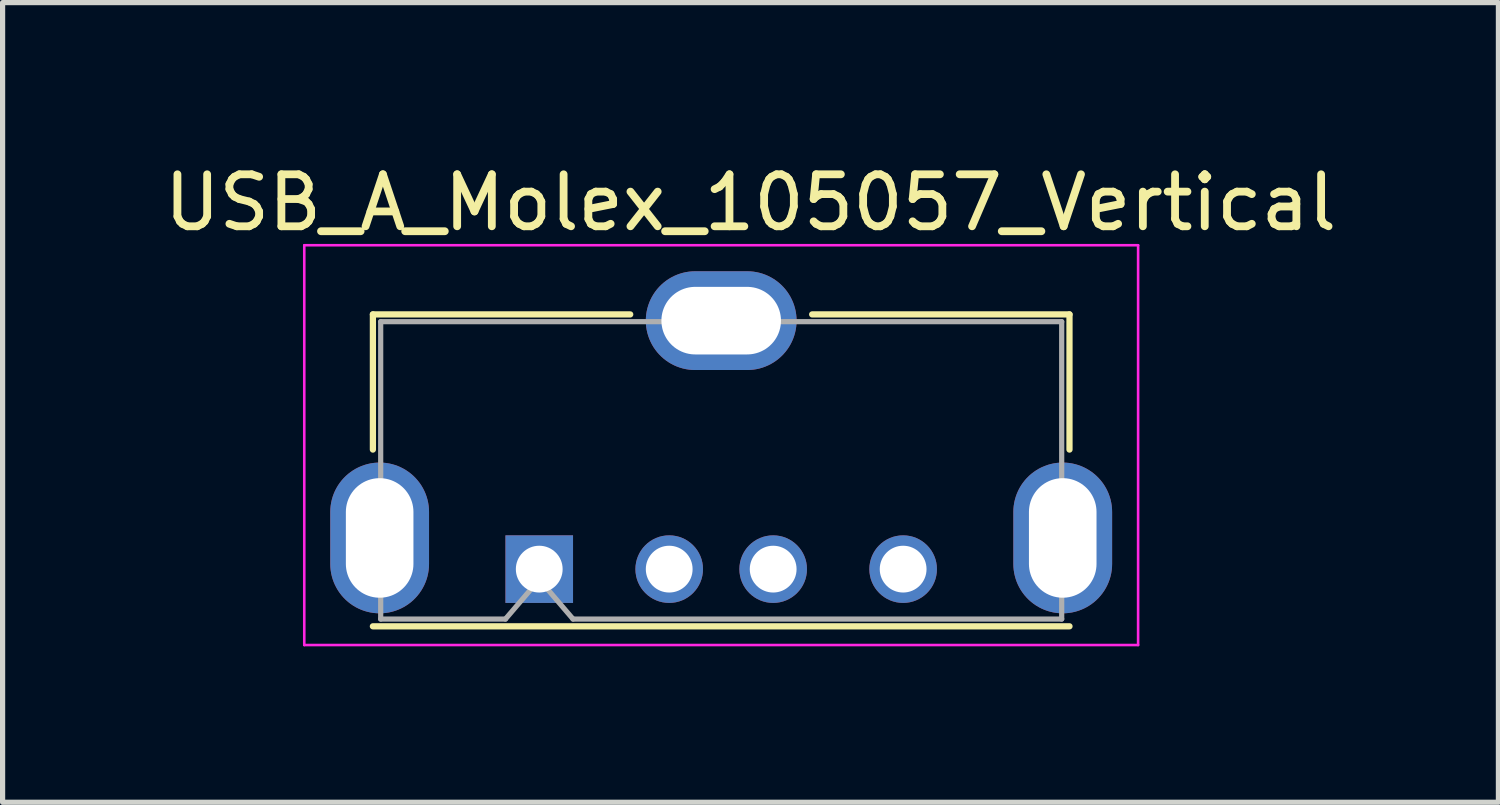
<source format=kicad_pcb>
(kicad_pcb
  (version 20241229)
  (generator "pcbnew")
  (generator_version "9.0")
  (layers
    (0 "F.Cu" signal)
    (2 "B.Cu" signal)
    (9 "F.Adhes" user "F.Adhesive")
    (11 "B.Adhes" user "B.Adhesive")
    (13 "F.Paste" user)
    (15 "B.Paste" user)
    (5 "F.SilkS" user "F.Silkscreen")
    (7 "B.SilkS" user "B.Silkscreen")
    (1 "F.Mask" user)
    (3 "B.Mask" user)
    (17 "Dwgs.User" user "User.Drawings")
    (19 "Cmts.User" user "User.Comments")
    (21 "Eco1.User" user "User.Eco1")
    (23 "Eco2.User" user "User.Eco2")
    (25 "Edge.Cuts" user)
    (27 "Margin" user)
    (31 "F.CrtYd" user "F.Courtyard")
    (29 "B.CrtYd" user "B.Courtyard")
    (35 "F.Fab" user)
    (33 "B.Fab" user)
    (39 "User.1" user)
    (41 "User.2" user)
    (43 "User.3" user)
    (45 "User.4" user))
  (footprint "USB_A_Molex_105057_Vertical"
    (layer "F.Cu")
    (at 10.879 6.12)
    (property "Reference" "USB_A_Molex_105057_Vertical" (at 0.508 -5.272 0) (layer "F.SilkS") (effects (font (size 1 1) (thickness 0.15))))
    (attr through_hole)
    (fp_line (start -6.756 -3.122) (end -6.756 -0.522) (stroke (width 0.12) (type solid)) (layer "F.SilkS"))
    (fp_line (start -6.756 -3.122) (end -1.806 -3.122) (stroke (width 0.12) (type solid)) (layer "F.SilkS"))
    (fp_line (start 6.644 -3.122) (end 1.694 -3.122) (stroke (width 0.12) (type solid)) (layer "F.SilkS"))
    (fp_line (start 6.644 -3.122) (end 6.644 -0.522) (stroke (width 0.12) (type solid)) (layer "F.SilkS"))
    (fp_line (start 6.644 2.878) (end -6.756 2.878) (stroke (width 0.12) (type solid)) (layer "F.SilkS"))
    (fp_line (start -8.076 -4.452) (end 7.964 -4.452) (stroke (width 0.05) (type solid)) (layer "F.CrtYd"))
    (fp_line (start -8.076 3.238) (end -8.076 -4.452) (stroke (width 0.05) (type solid)) (layer "F.CrtYd"))
    (fp_line (start 7.964 -4.452) (end 7.964 3.238) (stroke (width 0.05) (type solid)) (layer "F.CrtYd"))
    (fp_line (start 7.964 3.238) (end -8.076 3.238) (stroke (width 0.05) (type solid)) (layer "F.CrtYd"))
    (fp_line (start -6.606 -2.982) (end 6.494 -2.982) (stroke (width 0.1) (type solid)) (layer "F.Fab"))
    (fp_line (start -6.606 2.738) (end -6.606 -2.982) (stroke (width 0.1) (type solid)) (layer "F.Fab"))
    (fp_line (start -4.206 2.738) (end -6.606 2.738) (stroke (width 0.1) (type solid)) (layer "F.Fab"))
    (fp_line (start -4.206 2.738) (end -3.556 1.978) (stroke (width 0.1) (type solid)) (layer "F.Fab"))
    (fp_line (start -3.556 1.978) (end -2.906 2.738) (stroke (width 0.1) (type solid)) (layer "F.Fab"))
    (fp_line (start 6.494 -2.982) (end 6.494 2.738) (stroke (width 0.1) (type solid)) (layer "F.Fab"))
    (fp_line (start 6.494 2.738) (end -2.906 2.738) (stroke (width 0.1) (type solid)) (layer "F.Fab"))
    (pad "1" thru_hole rect (at -3.556 1.778) (size 1.3 1.3) (drill 0.9) (layers "*.Cu" "*.Mask"))
    (pad "2" thru_hole circle (at -1.056 1.778) (size 1.3 1.3) (drill 0.9) (layers "*.Cu" "*.Mask"))
    (pad "3" thru_hole circle (at 0.944 1.778) (size 1.3 1.3) (drill 0.9) (layers "*.Cu" "*.Mask"))
    (pad "4" thru_hole circle (at 3.444 1.778) (size 1.3 1.3) (drill 0.9) (layers "*.Cu" "*.Mask"))
    (pad "5" thru_hole oval (at -6.626 1.178 180) (size 1.9 2.9) (drill oval 1.3 2.3) (layers "*.Cu" "*.Mask"))
    (pad "5" thru_hole oval (at -0.056 -3.002 90) (size 1.9 2.9) (drill oval 1.3 2.3) (layers "*.Cu" "*.Mask"))
    (pad "5" thru_hole oval (at 6.514 1.178) (size 1.9 2.9) (drill oval 1.3 2.3) (layers "*.Cu" "*.Mask")))
  (gr_rect
    (start -3 -3)
    (end 25.774 12.383)
    (stroke (width 0.1) (type default))
    (fill no)
    (layer "Edge.Cuts")))
</source>
